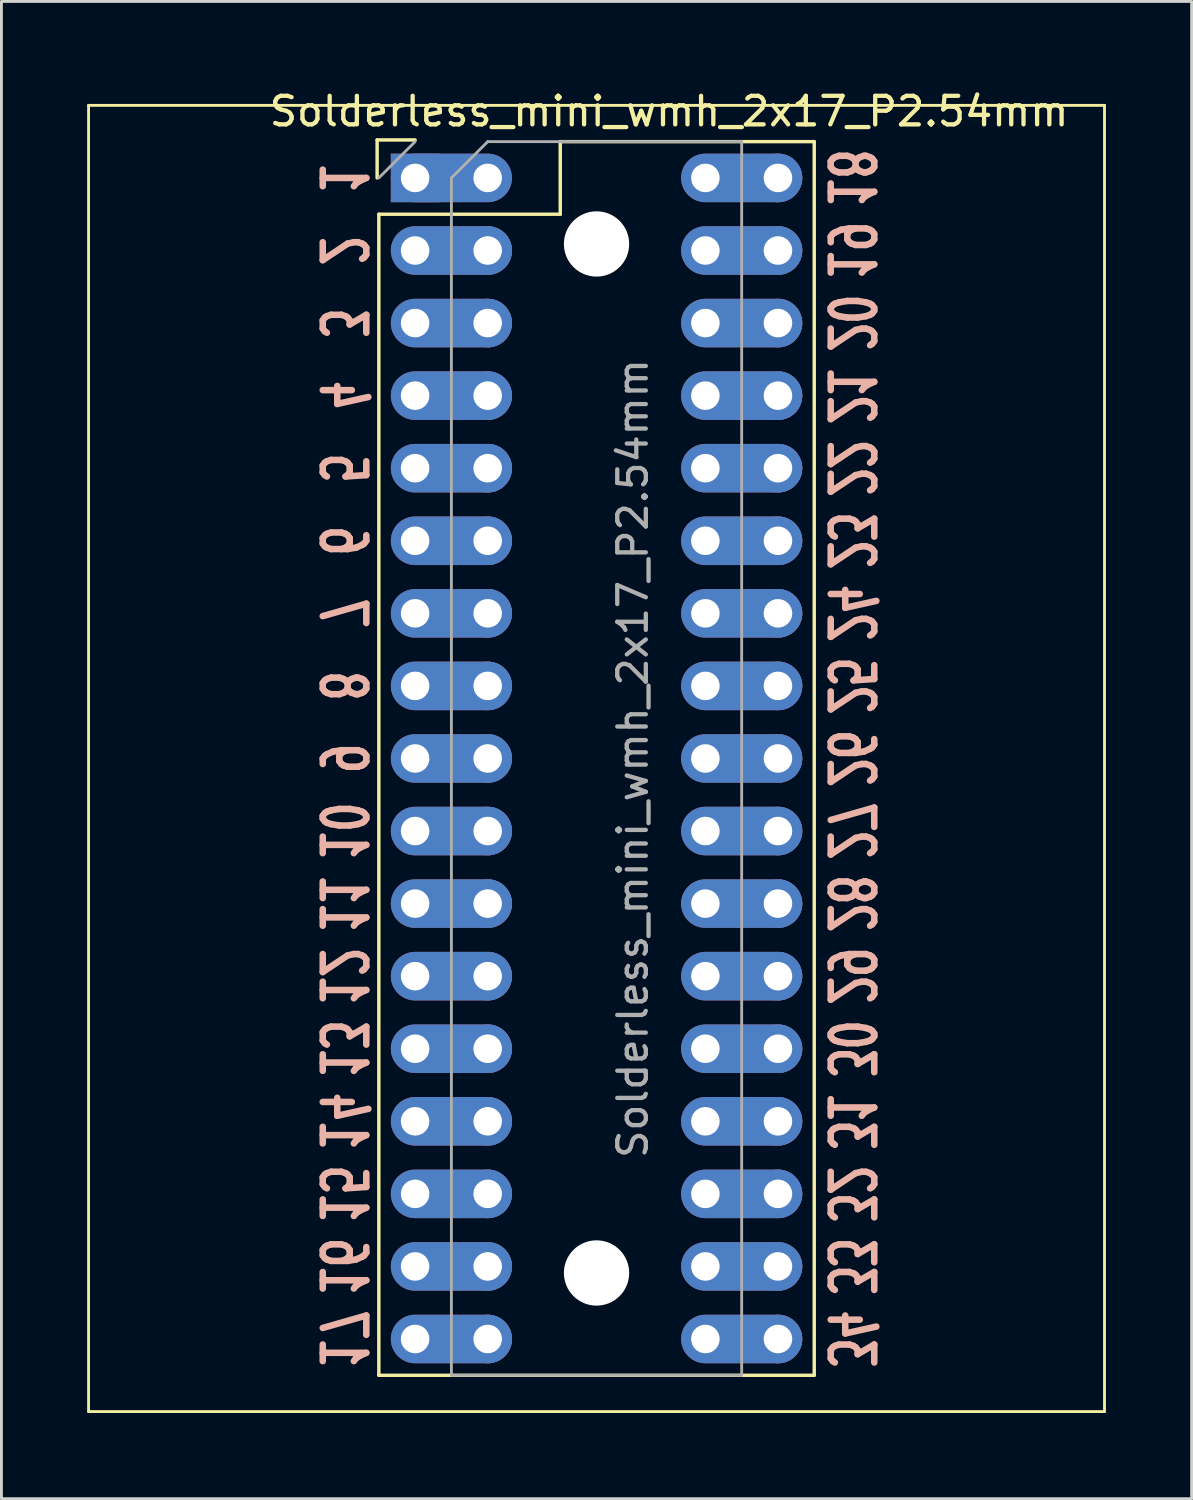
<source format=kicad_pcb>
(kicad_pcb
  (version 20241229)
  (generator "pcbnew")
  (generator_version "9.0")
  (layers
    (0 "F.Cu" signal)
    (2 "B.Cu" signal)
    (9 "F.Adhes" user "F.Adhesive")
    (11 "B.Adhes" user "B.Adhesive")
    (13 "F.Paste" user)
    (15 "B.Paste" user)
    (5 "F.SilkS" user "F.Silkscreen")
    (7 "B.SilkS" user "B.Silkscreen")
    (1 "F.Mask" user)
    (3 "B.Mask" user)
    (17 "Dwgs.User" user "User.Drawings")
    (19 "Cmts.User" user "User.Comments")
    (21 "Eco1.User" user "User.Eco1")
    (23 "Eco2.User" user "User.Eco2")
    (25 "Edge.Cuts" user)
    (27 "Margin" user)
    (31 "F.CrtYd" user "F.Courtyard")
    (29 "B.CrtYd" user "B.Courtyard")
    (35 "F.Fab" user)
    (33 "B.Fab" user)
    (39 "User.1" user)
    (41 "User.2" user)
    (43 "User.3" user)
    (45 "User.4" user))
  (footprint "Solderless_mini_wmh_2x17_P2.54mm"
    (layer "F.Cu")
    (at 14.02 3.178)
    (property "Reference" "Solderless_mini_wmh_2x17_P2.54mm" (at 6.35 -2.33 0) (layer "F.SilkS") (effects (font (size 1 1) (thickness 0.15))))
    (attr through_hole)
    (fp_line (start -13.97 -2.54) (end -13.97 43.18) (stroke (width 0.1) (type default)) (layer "F.SilkS"))
    (fp_line (start -13.97 43.18) (end 21.59 43.18) (stroke (width 0.1) (type default)) (layer "F.SilkS"))
    (fp_line (start -3.87 -1.33) (end -2.54 -1.33) (stroke (width 0.12) (type solid)) (layer "F.SilkS"))
    (fp_line (start -3.87 0) (end -3.87 -1.33) (stroke (width 0.12) (type solid)) (layer "F.SilkS"))
    (fp_line (start -3.81 1.27) (end -3.81 41.91) (stroke (width 0.12) (type solid)) (layer "F.SilkS"))
    (fp_line (start -3.81 1.27) (end 2.54 1.27) (stroke (width 0.12) (type solid)) (layer "F.SilkS"))
    (fp_line (start -3.81 41.91) (end 11.43 41.91) (stroke (width 0.12) (type solid)) (layer "F.SilkS"))
    (fp_line (start 2.54 -1.27) (end 11.43 -1.27) (stroke (width 0.12) (type solid)) (layer "F.SilkS"))
    (fp_line (start 2.54 1.27) (end 2.54 -1.27) (stroke (width 0.12) (type solid)) (layer "F.SilkS"))
    (fp_line (start 11.43 -1.27) (end 11.43 41.91) (stroke (width 0.12) (type solid)) (layer "F.SilkS"))
    (fp_line (start 21.59 -2.54) (end -13.97 -2.54) (stroke (width 0.1) (type default)) (layer "F.SilkS"))
    (fp_line (start 21.59 43.18) (end 21.59 -2.54) (stroke (width 0.1) (type default)) (layer "F.SilkS"))
    (fp_line (start -3.81 0) (end -2.54 -1.27) (stroke (width 0.1) (type solid)) (layer "F.Fab"))
    (fp_line (start -1.27 0) (end 0 -1.27) (stroke (width 0.1) (type solid)) (layer "F.Fab"))
    (fp_line (start -1.27 41.91) (end -1.27 0) (stroke (width 0.1) (type solid)) (layer "F.Fab"))
    (fp_line (start 0 -1.27) (end 8.89 -1.27) (stroke (width 0.1) (type solid)) (layer "F.Fab"))
    (fp_line (start 8.89 -1.27) (end 8.89 41.91) (stroke (width 0.1) (type solid)) (layer "F.Fab"))
    (fp_line (start 8.89 41.91) (end -1.27 41.91) (stroke (width 0.1) (type solid)) (layer "F.Fab"))
    (fp_text user "33" (at 12.7 38.1 270) (unlocked yes) (layer "B.SilkS") (effects (font (size 1.524 1.016) (thickness 0.229) (bold yes)) (justify mirror)))
    (fp_text user "17" (at -5.08 40.64 270) (unlocked yes) (layer "B.SilkS") (effects (font (size 1.524 1.016) (thickness 0.229) (bold yes)) (justify mirror)))
    (fp_text user "12" (at -5.08 27.94 270) (unlocked yes) (layer "B.SilkS") (effects (font (size 1.524 1.016) (thickness 0.229) (bold yes)) (justify mirror)))
    (fp_text user "24" (at 12.7 15.24 270) (unlocked yes) (layer "B.SilkS") (effects (font (size 1.524 1.016) (thickness 0.229) (bold yes)) (justify mirror)))
    (fp_text user "9" (at -5.08 20.32 270) (unlocked yes) (layer "B.SilkS") (effects (font (size 1.524 1.016) (thickness 0.229) (bold yes)) (justify mirror)))
    (fp_text user "2" (at -5.08 2.54 270) (unlocked yes) (layer "B.SilkS") (effects (font (size 1.524 1.016) (thickness 0.229) (bold yes)) (justify mirror)))
    (fp_text user "34" (at 12.7 40.64 270) (unlocked yes) (layer "B.SilkS") (effects (font (size 1.524 1.016) (thickness 0.229) (bold yes)) (justify mirror)))
    (fp_text user "31" (at 12.7 33.02 270) (unlocked yes) (layer "B.SilkS") (effects (font (size 1.524 1.016) (thickness 0.229) (bold yes)) (justify mirror)))
    (fp_text user "21" (at 12.7 7.62 270) (unlocked yes) (layer "B.SilkS") (effects (font (size 1.524 1.016) (thickness 0.229) (bold yes)) (justify mirror)))
    (fp_text user "7" (at -5.08 15.24 270) (unlocked yes) (layer "B.SilkS") (effects (font (size 1.524 1.016) (thickness 0.229) (bold yes)) (justify mirror)))
    (fp_text user "25" (at 12.7 17.78 270) (unlocked yes) (layer "B.SilkS") (effects (font (size 1.524 1.016) (thickness 0.229) (bold yes)) (justify mirror)))
    (fp_text user "20" (at 12.7 5.08 270) (unlocked yes) (layer "B.SilkS") (effects (font (size 1.524 1.016) (thickness 0.229) (bold yes)) (justify mirror)))
    (fp_text user "6" (at -5.08 12.7 270) (unlocked yes) (layer "B.SilkS") (effects (font (size 1.524 1.016) (thickness 0.229) (bold yes)) (justify mirror)))
    (fp_text user "19" (at 12.7 2.54 270) (unlocked yes) (layer "B.SilkS") (effects (font (size 1.524 1.016) (thickness 0.229) (bold yes)) (justify mirror)))
    (fp_text user "22" (at 12.7 10.16 270) (unlocked yes) (layer "B.SilkS") (effects (font (size 1.524 1.016) (thickness 0.229) (bold yes)) (justify mirror)))
    (fp_text user "16" (at -5.08 38.1 270) (unlocked yes) (layer "B.SilkS") (effects (font (size 1.524 1.016) (thickness 0.229) (bold yes)) (justify mirror)))
    (fp_text user "4" (at -5.08 7.62 270) (unlocked yes) (layer "B.SilkS") (effects (font (size 1.524 1.016) (thickness 0.229) (bold yes)) (justify mirror)))
    (fp_text user "11" (at -5.08 25.4 270) (unlocked yes) (layer "B.SilkS") (effects (font (size 1.524 1.016) (thickness 0.229) (bold yes)) (justify mirror)))
    (fp_text user "30" (at 12.7 30.48 270) (unlocked yes) (layer "B.SilkS") (effects (font (size 1.524 1.016) (thickness 0.229) (bold yes)) (justify mirror)))
    (fp_text user "32" (at 12.7 35.56 270) (unlocked yes) (layer "B.SilkS") (effects (font (size 1.524 1.016) (thickness 0.229) (bold yes)) (justify mirror)))
    (fp_text user "10" (at -5.08 22.86 270) (unlocked yes) (layer "B.SilkS") (effects (font (size 1.524 1.016) (thickness 0.229) (bold yes)) (justify mirror)))
    (fp_text user "3" (at -5.08 5.08 270) (unlocked yes) (layer "B.SilkS") (effects (font (size 1.524 1.016) (thickness 0.229) (bold yes)) (justify mirror)))
    (fp_text user "8" (at -5.08 17.78 270) (unlocked yes) (layer "B.SilkS") (effects (font (size 1.524 1.016) (thickness 0.229) (bold yes)) (justify mirror)))
    (fp_text user "1" (at -5.08 0 270) (unlocked yes) (layer "B.SilkS") (effects (font (size 1.524 1.016) (thickness 0.229) (bold yes)) (justify mirror)))
    (fp_text user "18" (at 12.7 0 270) (unlocked yes) (layer "B.SilkS") (effects (font (size 1.524 1.016) (thickness 0.229) (bold yes)) (justify mirror)))
    (fp_text user "13" (at -5.08 30.48 270) (unlocked yes) (layer "B.SilkS") (effects (font (size 1.524 1.016) (thickness 0.229) (bold yes)) (justify mirror)))
    (fp_text user "14" (at -5.08 33.02 270) (unlocked yes) (layer "B.SilkS") (effects (font (size 1.524 1.016) (thickness 0.229) (bold yes)) (justify mirror)))
    (fp_text user "5" (at -5.08 10.16 270) (unlocked yes) (layer "B.SilkS") (effects (font (size 1.524 1.016) (thickness 0.229) (bold yes)) (justify mirror)))
    (fp_text user "23" (at 12.7 12.7 270) (unlocked yes) (layer "B.SilkS") (effects (font (size 1.524 1.016) (thickness 0.229) (bold yes)) (justify mirror)))
    (fp_text user "27" (at 12.7 22.86 270) (unlocked yes) (layer "B.SilkS") (effects (font (size 1.524 1.016) (thickness 0.229) (bold yes)) (justify mirror)))
    (fp_text user "29" (at 12.7 27.94 270) (unlocked yes) (layer "B.SilkS") (effects (font (size 1.524 1.016) (thickness 0.229) (bold yes)) (justify mirror)))
    (fp_text user "15" (at -5.08 35.56 270) (unlocked yes) (layer "B.SilkS") (effects (font (size 1.524 1.016) (thickness 0.229) (bold yes)) (justify mirror)))
    (fp_text user "26" (at 12.7 20.32 270) (unlocked yes) (layer "B.SilkS") (effects (font (size 1.524 1.016) (thickness 0.229) (bold yes)) (justify mirror)))
    (fp_text user "28" (at 12.7 25.4 270) (unlocked yes) (layer "B.SilkS") (effects (font (size 1.524 1.016) (thickness 0.229) (bold yes)) (justify mirror)))
    (fp_text user "${REFERENCE}" (at 5.08 20.32 90) (layer "F.Fab") (effects (font (size 1 1) (thickness 0.15))))
    (pad "" np_thru_hole circle (at 3.81 2.311) (size 2.286 2.286) (drill 2.286) (layers "*.Cu" "*.Mask"))
    (pad "" np_thru_hole circle (at 3.81 38.329) (size 2.286 2.286) (drill 2.286) (layers "*.Cu" "*.Mask"))
    (pad "1" thru_hole rect (at -2.54 0) (size 1.7 1.7) (drill 1) (layers "*.Cu" "*.Mask"))
    (pad "1" thru_hole oval (at 0 0) (size 4.24 1.7) (drill 1 (offset -1.27 0)) (layers "*.Cu" "*.Mask"))
    (pad "2" thru_hole oval (at -2.54 2.54) (size 4.24 1.7) (drill 1 (offset 1.27 0)) (layers "*.Cu" "*.Mask"))
    (pad "2" thru_hole oval (at 0 2.54) (size 1.7 1.7) (drill 1) (layers "*.Cu" "*.Mask"))
    (pad "3" thru_hole oval (at -2.54 5.08) (size 4.24 1.7) (drill 1 (offset 1.27 0)) (layers "*.Cu" "*.Mask"))
    (pad "3" thru_hole oval (at 0 5.08) (size 1.7 1.7) (drill 1) (layers "*.Cu" "*.Mask"))
    (pad "4" thru_hole oval (at -2.54 7.62) (size 4.24 1.7) (drill 1 (offset 1.27 0)) (layers "*.Cu" "*.Mask"))
    (pad "4" thru_hole oval (at 0 7.62) (size 1.7 1.7) (drill 1) (layers "*.Cu" "*.Mask"))
    (pad "5" thru_hole oval (at -2.54 10.16) (size 4.24 1.7) (drill 1 (offset 1.27 0)) (layers "*.Cu" "*.Mask"))
    (pad "5" thru_hole oval (at 0 10.16) (size 1.7 1.7) (drill 1) (layers "*.Cu" "*.Mask"))
    (pad "6" thru_hole oval (at -2.54 12.7) (size 4.24 1.7) (drill 1 (offset 1.27 0)) (layers "*.Cu" "*.Mask"))
    (pad "6" thru_hole oval (at 0 12.7) (size 1.7 1.7) (drill 1) (layers "*.Cu" "*.Mask"))
    (pad "7" thru_hole oval (at -2.54 15.24) (size 4.24 1.7) (drill 1 (offset 1.27 0)) (layers "*.Cu" "*.Mask"))
    (pad "7" thru_hole oval (at 0 15.24) (size 1.7 1.7) (drill 1) (layers "*.Cu" "*.Mask"))
    (pad "8" thru_hole oval (at -2.54 17.78) (size 4.24 1.7) (drill 1 (offset 1.27 0)) (layers "*.Cu" "*.Mask"))
    (pad "8" thru_hole oval (at 0 17.78) (size 1.7 1.7) (drill 1) (layers "*.Cu" "*.Mask"))
    (pad "9" thru_hole oval (at -2.54 20.32) (size 4.24 1.7) (drill 1 (offset 1.27 0)) (layers "*.Cu" "*.Mask"))
    (pad "9" thru_hole oval (at 0 20.32) (size 1.7 1.7) (drill 1) (layers "*.Cu" "*.Mask"))
    (pad "10" thru_hole oval (at -2.54 22.86) (size 4.24 1.7) (drill 1 (offset 1.27 0)) (layers "*.Cu" "*.Mask"))
    (pad "10" thru_hole oval (at 0 22.86) (size 1.7 1.7) (drill 1) (layers "*.Cu" "*.Mask"))
    (pad "11" thru_hole oval (at -2.54 25.4) (size 4.24 1.7) (drill 1 (offset 1.27 0)) (layers "*.Cu" "*.Mask"))
    (pad "11" thru_hole oval (at 0 25.4) (size 1.7 1.7) (drill 1) (layers "*.Cu" "*.Mask"))
    (pad "12" thru_hole oval (at -2.54 27.94) (size 4.24 1.7) (drill 1 (offset 1.27 0)) (layers "*.Cu" "*.Mask"))
    (pad "12" thru_hole oval (at 0 27.94) (size 1.7 1.7) (drill 1) (layers "*.Cu" "*.Mask"))
    (pad "13" thru_hole oval (at -2.54 30.48) (size 4.24 1.7) (drill 1 (offset 1.27 0)) (layers "*.Cu" "*.Mask"))
    (pad "13" thru_hole oval (at 0 30.48) (size 1.7 1.7) (drill 1) (layers "*.Cu" "*.Mask"))
    (pad "14" thru_hole oval (at -2.54 33.02) (size 4.24 1.7) (drill 1 (offset 1.27 0)) (layers "*.Cu" "*.Mask"))
    (pad "14" thru_hole oval (at 0 33.02) (size 1.7 1.7) (drill 1) (layers "*.Cu" "*.Mask"))
    (pad "15" thru_hole oval (at -2.54 35.56) (size 4.24 1.7) (drill 1 (offset 1.27 0)) (layers "*.Cu" "*.Mask"))
    (pad "15" thru_hole oval (at 0 35.56) (size 1.7 1.7) (drill 1) (layers "*.Cu" "*.Mask"))
    (pad "16" thru_hole oval (at -2.54 38.1) (size 4.24 1.7) (drill 1 (offset 1.27 0)) (layers "*.Cu" "*.Mask"))
    (pad "16" thru_hole oval (at 0 38.1) (size 1.7 1.7) (drill 1) (layers "*.Cu" "*.Mask"))
    (pad "17" thru_hole oval (at -2.54 40.64) (size 4.24 1.7) (drill 1 (offset 1.27 0)) (layers "*.Cu" "*.Mask"))
    (pad "17" thru_hole oval (at 0 40.64) (size 1.7 1.7) (drill 1) (layers "*.Cu" "*.Mask"))
    (pad "18" thru_hole oval (at 7.62 0) (size 4.24 1.7) (drill 1 (offset 1.27 0)) (layers "*.Cu" "*.Mask"))
    (pad "18" thru_hole oval (at 10.16 0) (size 1.7 1.7) (drill 1) (layers "*.Cu" "*.Mask"))
    (pad "19" thru_hole oval (at 7.62 2.54) (size 4.24 1.7) (drill 1 (offset 1.27 0)) (layers "*.Cu" "*.Mask"))
    (pad "19" thru_hole oval (at 10.16 2.54) (size 1.7 1.7) (drill 1) (layers "*.Cu" "*.Mask"))
    (pad "20" thru_hole oval (at 7.62 5.08) (size 4.24 1.7) (drill 1 (offset 1.27 0)) (layers "*.Cu" "*.Mask"))
    (pad "20" thru_hole oval (at 10.16 5.08) (size 1.7 1.7) (drill 1) (layers "*.Cu" "*.Mask"))
    (pad "21" thru_hole oval (at 7.62 7.62) (size 4.24 1.7) (drill 1 (offset 1.27 0)) (layers "*.Cu" "*.Mask"))
    (pad "21" thru_hole oval (at 10.16 7.62) (size 1.7 1.7) (drill 1) (layers "*.Cu" "*.Mask"))
    (pad "22" thru_hole oval (at 7.62 10.16) (size 4.24 1.7) (drill 1 (offset 1.27 0)) (layers "*.Cu" "*.Mask"))
    (pad "22" thru_hole oval (at 10.16 10.16) (size 1.7 1.7) (drill 1) (layers "*.Cu" "*.Mask"))
    (pad "23" thru_hole oval (at 7.62 12.7) (size 4.24 1.7) (drill 1 (offset 1.27 0)) (layers "*.Cu" "*.Mask"))
    (pad "23" thru_hole oval (at 10.16 12.7) (size 1.7 1.7) (drill 1) (layers "*.Cu" "*.Mask"))
    (pad "24" thru_hole oval (at 7.62 15.24) (size 4.24 1.7) (drill 1 (offset 1.27 0)) (layers "*.Cu" "*.Mask"))
    (pad "24" thru_hole oval (at 10.16 15.24) (size 1.7 1.7) (drill 1) (layers "*.Cu" "*.Mask"))
    (pad "25" thru_hole oval (at 7.62 17.78) (size 4.24 1.7) (drill 1 (offset 1.27 0)) (layers "*.Cu" "*.Mask"))
    (pad "25" thru_hole oval (at 10.16 17.78) (size 1.7 1.7) (drill 1) (layers "*.Cu" "*.Mask"))
    (pad "26" thru_hole oval (at 7.62 20.32) (size 4.24 1.7) (drill 1 (offset 1.27 0)) (layers "*.Cu" "*.Mask"))
    (pad "26" thru_hole oval (at 10.16 20.32) (size 1.7 1.7) (drill 1) (layers "*.Cu" "*.Mask"))
    (pad "27" thru_hole oval (at 7.62 22.86) (size 4.24 1.7) (drill 1 (offset 1.27 0)) (layers "*.Cu" "*.Mask"))
    (pad "27" thru_hole oval (at 10.16 22.86) (size 1.7 1.7) (drill 1) (layers "*.Cu" "*.Mask"))
    (pad "28" thru_hole oval (at 7.62 25.4) (size 4.24 1.7) (drill 1 (offset 1.27 0)) (layers "*.Cu" "*.Mask"))
    (pad "28" thru_hole oval (at 10.16 25.4) (size 1.7 1.7) (drill 1) (layers "*.Cu" "*.Mask"))
    (pad "29" thru_hole oval (at 7.62 27.94) (size 4.24 1.7) (drill 1 (offset 1.27 0)) (layers "*.Cu" "*.Mask"))
    (pad "29" thru_hole oval (at 10.16 27.94) (size 1.7 1.7) (drill 1) (layers "*.Cu" "*.Mask"))
    (pad "30" thru_hole oval (at 7.62 30.48) (size 4.24 1.7) (drill 1 (offset 1.27 0)) (layers "*.Cu" "*.Mask"))
    (pad "30" thru_hole oval (at 10.16 30.48) (size 1.7 1.7) (drill 1) (layers "*.Cu" "*.Mask"))
    (pad "31" thru_hole oval (at 7.62 33.02) (size 4.24 1.7) (drill 1 (offset 1.27 0)) (layers "*.Cu" "*.Mask"))
    (pad "31" thru_hole oval (at 10.16 33.02) (size 1.7 1.7) (drill 1) (layers "*.Cu" "*.Mask"))
    (pad "32" thru_hole oval (at 7.62 35.56) (size 4.24 1.7) (drill 1 (offset 1.27 0)) (layers "*.Cu" "*.Mask"))
    (pad "32" thru_hole oval (at 10.16 35.56) (size 1.7 1.7) (drill 1) (layers "*.Cu" "*.Mask"))
    (pad "33" thru_hole oval (at 7.62 38.1) (size 4.24 1.7) (drill 1 (offset 1.27 0)) (layers "*.Cu" "*.Mask"))
    (pad "33" thru_hole oval (at 10.16 38.1) (size 1.7 1.7) (drill 1) (layers "*.Cu" "*.Mask"))
    (pad "34" thru_hole oval (at 7.62 40.64) (size 4.24 1.7) (drill 1 (offset 1.27 0)) (layers "*.Cu" "*.Mask"))
    (pad "34" thru_hole oval (at 10.16 40.64) (size 1.7 1.7) (drill 1) (layers "*.Cu" "*.Mask")))
  (gr_rect
    (start -3 -3)
    (end 38.66 49.408)
    (stroke (width 0.1) (type default))
    (fill no)
    (layer "Edge.Cuts")))
</source>
